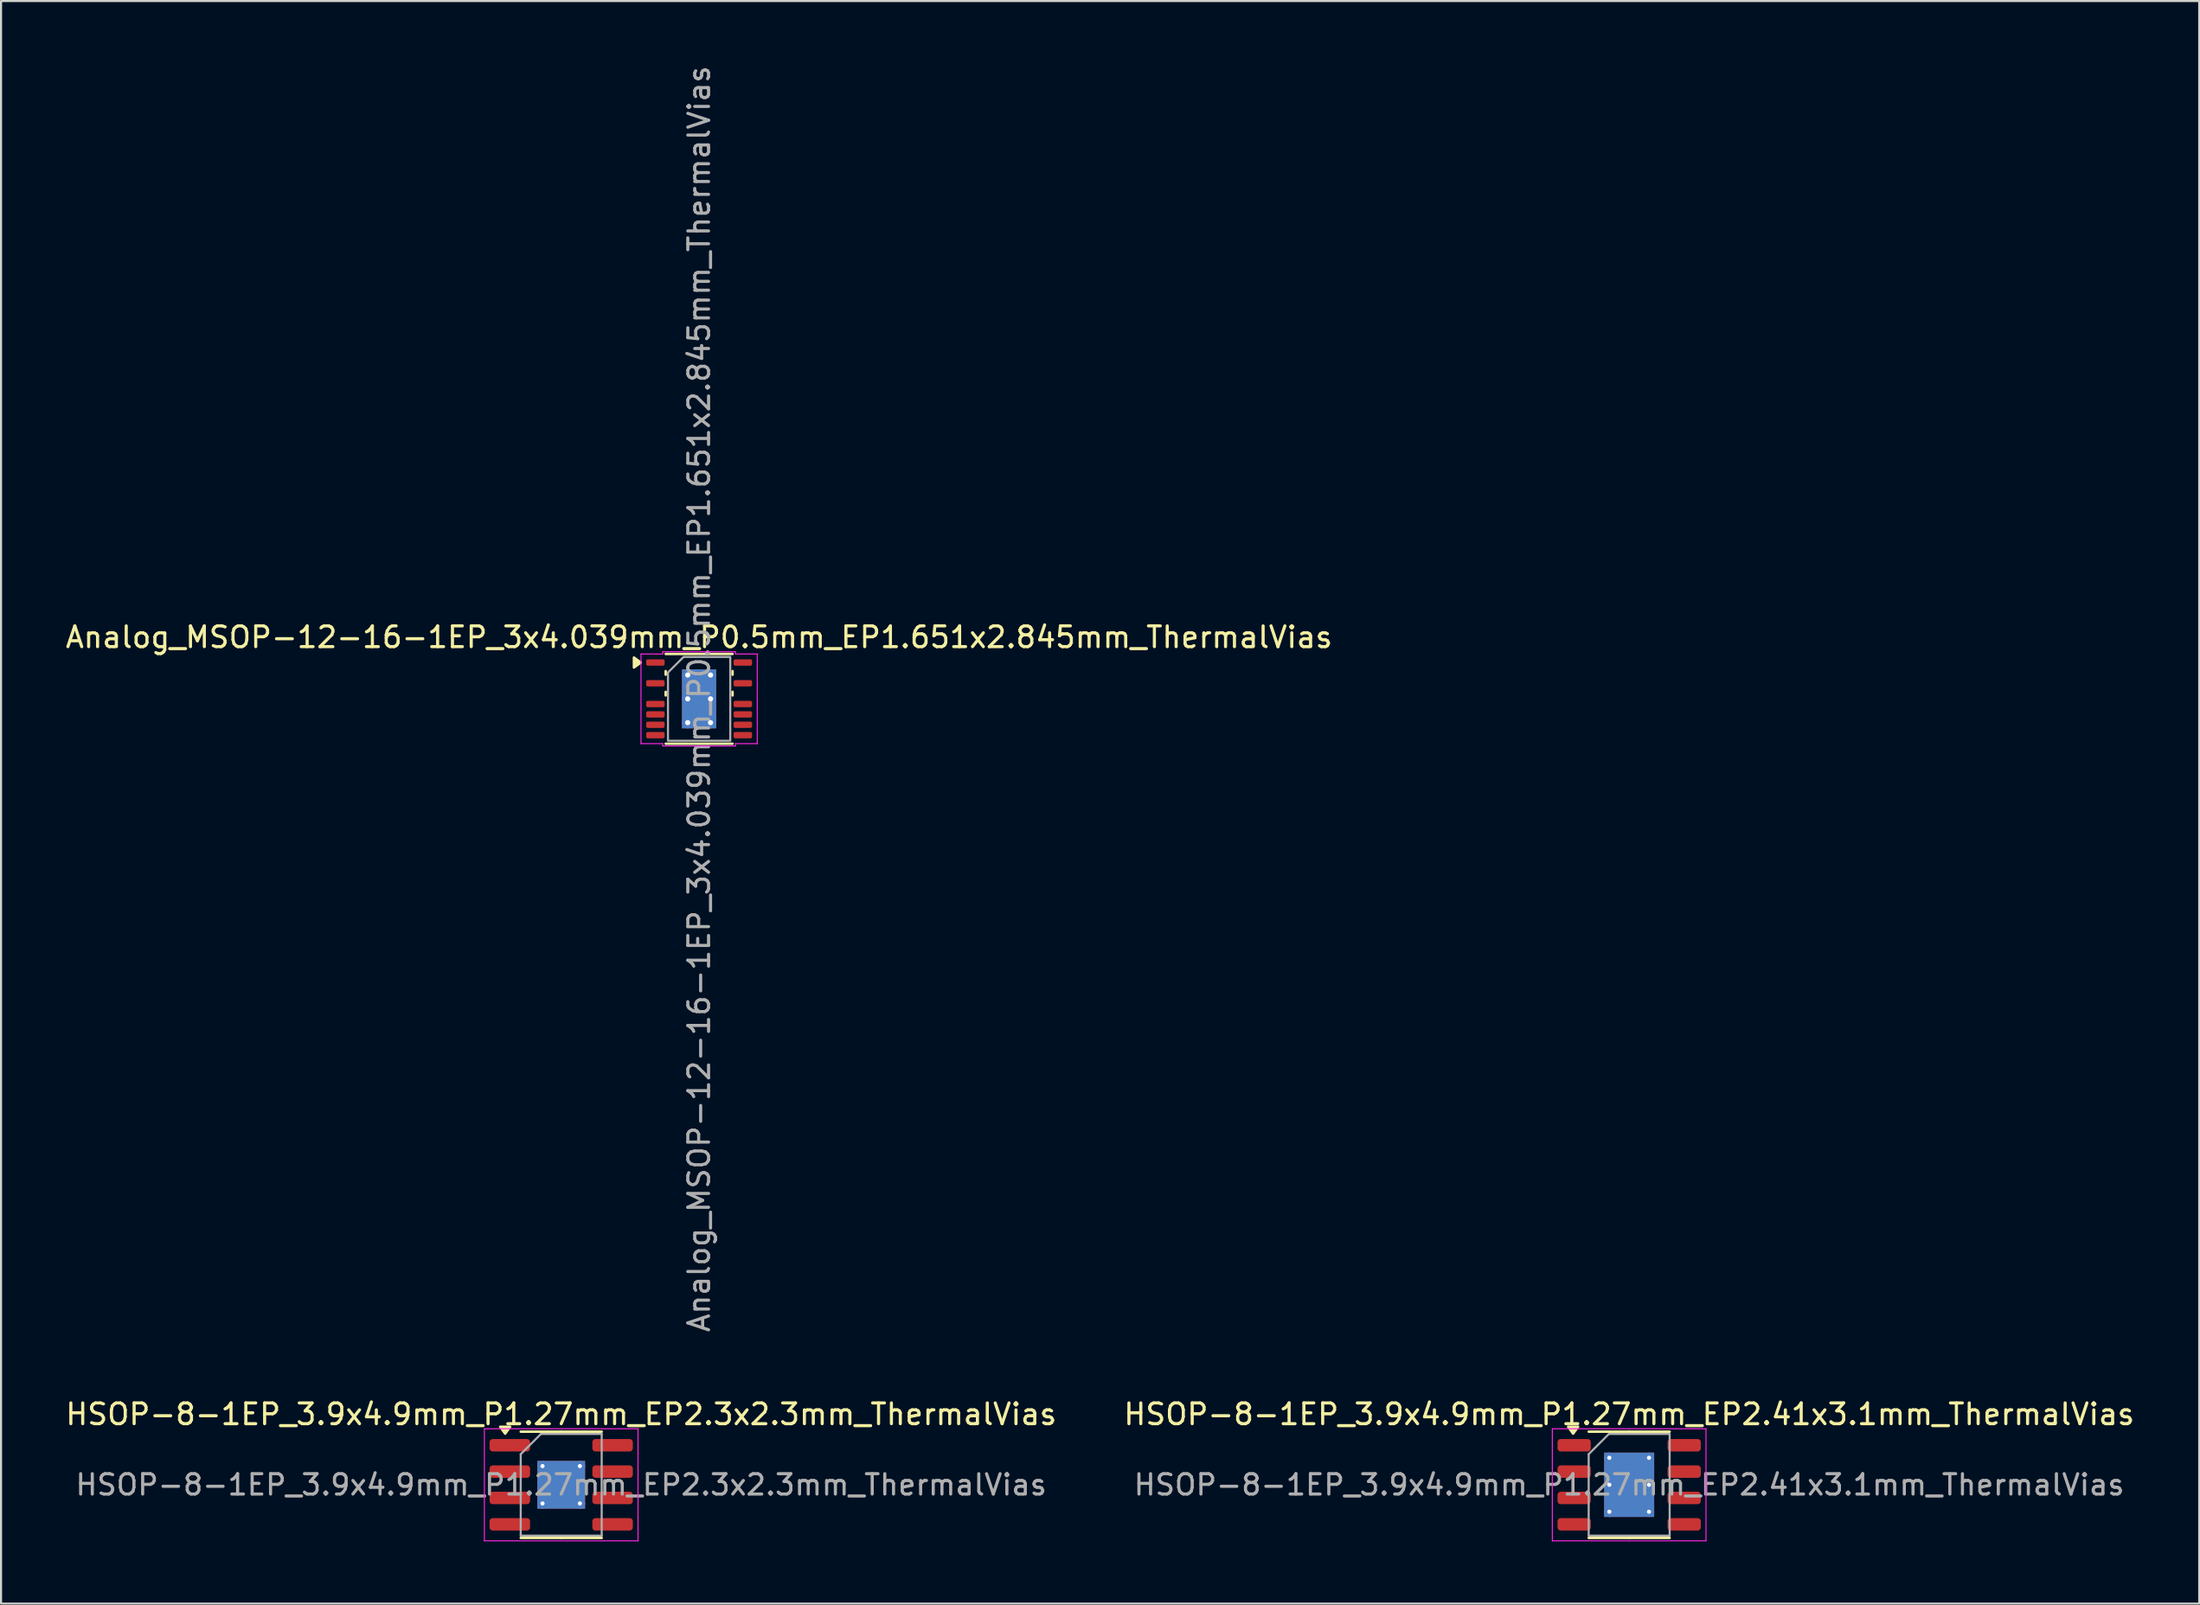
<source format=kicad_pcb>
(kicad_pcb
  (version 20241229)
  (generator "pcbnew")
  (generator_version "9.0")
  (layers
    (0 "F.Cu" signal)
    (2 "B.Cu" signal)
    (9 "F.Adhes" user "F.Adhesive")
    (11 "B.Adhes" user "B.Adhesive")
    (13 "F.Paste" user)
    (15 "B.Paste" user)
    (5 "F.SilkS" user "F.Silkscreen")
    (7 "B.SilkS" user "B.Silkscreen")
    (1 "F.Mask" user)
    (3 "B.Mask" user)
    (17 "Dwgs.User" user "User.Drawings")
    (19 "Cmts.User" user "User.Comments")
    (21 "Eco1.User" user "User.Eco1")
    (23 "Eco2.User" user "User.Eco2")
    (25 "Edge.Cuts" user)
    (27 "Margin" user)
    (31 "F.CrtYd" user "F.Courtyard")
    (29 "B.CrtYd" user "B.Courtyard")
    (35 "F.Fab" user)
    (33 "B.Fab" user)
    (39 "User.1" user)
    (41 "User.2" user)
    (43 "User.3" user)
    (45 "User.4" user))
  (footprint "HSOP-8-1EP_3.9x4.9mm_P1.27mm_EP2.3x2.3mm_ThermalVias"
    (layer "F.Cu")
    (at 23.982 68.498)
    (property "Reference" "HSOP-8-1EP_3.9x4.9mm_P1.27mm_EP2.3x2.3mm_ThermalVias" (at 0 -3.4 0) (layer "F.SilkS") (effects (font (size 1 1) (thickness 0.15))))
    (attr smd)
    (fp_line (start 0 -2.56) (end -1.95 -2.56) (stroke (width 0.12) (type solid)) (layer "F.SilkS"))
    (fp_line (start 0 -2.56) (end 1.95 -2.56) (stroke (width 0.12) (type solid)) (layer "F.SilkS"))
    (fp_line (start 0 2.56) (end -1.95 2.56) (stroke (width 0.12) (type solid)) (layer "F.SilkS"))
    (fp_line (start 0 2.56) (end 1.95 2.56) (stroke (width 0.12) (type solid)) (layer "F.SilkS"))
    (fp_poly (pts (xy -2.7 -2.465) (xy -2.94 -2.795) (xy -2.46 -2.795) (xy -2.7 -2.465)) (stroke (width 0.12) (type solid)) (fill yes) (layer "F.SilkS"))
    (fp_line (start -3.7 -2.7) (end -3.7 2.7) (stroke (width 0.05) (type solid)) (layer "F.CrtYd"))
    (fp_line (start -3.7 2.7) (end 3.7 2.7) (stroke (width 0.05) (type solid)) (layer "F.CrtYd"))
    (fp_line (start 3.7 -2.7) (end -3.7 -2.7) (stroke (width 0.05) (type solid)) (layer "F.CrtYd"))
    (fp_line (start 3.7 2.7) (end 3.7 -2.7) (stroke (width 0.05) (type solid)) (layer "F.CrtYd"))
    (fp_line (start -1.95 -1.475) (end -0.975 -2.45) (stroke (width 0.1) (type solid)) (layer "F.Fab"))
    (fp_line (start -1.95 2.45) (end -1.95 -1.475) (stroke (width 0.1) (type solid)) (layer "F.Fab"))
    (fp_line (start -0.975 -2.45) (end 1.95 -2.45) (stroke (width 0.1) (type solid)) (layer "F.Fab"))
    (fp_line (start 1.95 -2.45) (end 1.95 2.45) (stroke (width 0.1) (type solid)) (layer "F.Fab"))
    (fp_line (start 1.95 2.45) (end -1.95 2.45) (stroke (width 0.1) (type solid)) (layer "F.Fab"))
    (fp_text user "${REFERENCE}" (at 0 0 0) (layer "F.Fab") (effects (font (size 0.98 0.98) (thickness 0.15))))
    (pad "" smd roundrect (at -0.575 -0.575) (size 0.93 0.93) (layers "F.Paste") (roundrect_rratio 0.25))
    (pad "" smd roundrect (at -0.575 0.575) (size 0.93 0.93) (layers "F.Paste") (roundrect_rratio 0.25))
    (pad "" smd roundrect (at 0.575 -0.575) (size 0.93 0.93) (layers "F.Paste") (roundrect_rratio 0.25))
    (pad "" smd roundrect (at 0.575 0.575) (size 0.93 0.93) (layers "F.Paste") (roundrect_rratio 0.25))
    (pad "1" smd roundrect (at -2.475 -1.905) (size 1.95 0.6) (layers "F.Cu" "F.Mask" "F.Paste") (roundrect_rratio 0.25))
    (pad "2" smd roundrect (at -2.475 -0.635) (size 1.95 0.6) (layers "F.Cu" "F.Mask" "F.Paste") (roundrect_rratio 0.25))
    (pad "3" smd roundrect (at -2.475 0.635) (size 1.95 0.6) (layers "F.Cu" "F.Mask" "F.Paste") (roundrect_rratio 0.25))
    (pad "4" smd roundrect (at -2.475 1.905) (size 1.95 0.6) (layers "F.Cu" "F.Mask" "F.Paste") (roundrect_rratio 0.25))
    (pad "5" smd roundrect (at 2.475 1.905) (size 1.95 0.6) (layers "F.Cu" "F.Mask" "F.Paste") (roundrect_rratio 0.25))
    (pad "6" smd roundrect (at 2.475 0.635) (size 1.95 0.6) (layers "F.Cu" "F.Mask" "F.Paste") (roundrect_rratio 0.25))
    (pad "7" smd roundrect (at 2.475 -0.635) (size 1.95 0.6) (layers "F.Cu" "F.Mask" "F.Paste") (roundrect_rratio 0.25))
    (pad "8" smd roundrect (at 2.475 -1.905) (size 1.95 0.6) (layers "F.Cu" "F.Mask" "F.Paste") (roundrect_rratio 0.25))
    (pad "9" thru_hole circle (at -0.9 -0.9) (size 0.5 0.5) (drill 0.2) (property pad_prop_heatsink) (layers "*.Cu"))
    (pad "9" thru_hole circle (at -0.9 0.9) (size 0.5 0.5) (drill 0.2) (property pad_prop_heatsink) (layers "*.Cu"))
    (pad "9" smd rect (at 0 0) (size 2.3 2.3) (property pad_prop_heatsink) (layers "F.Cu" "F.Mask"))
    (pad "9" smd rect (at 0 0) (size 2.3 2.3) (property pad_prop_heatsink) (layers "B.Cu"))
    (pad "9" thru_hole circle (at 0.9 -0.9) (size 0.5 0.5) (drill 0.2) (property pad_prop_heatsink) (layers "*.Cu"))
    (pad "9" thru_hole circle (at 0.9 0.9) (size 0.5 0.5) (drill 0.2) (property pad_prop_heatsink) (layers "*.Cu")))
  (footprint "HSOP-8-1EP_3.9x4.9mm_P1.27mm_EP2.41x3.1mm_ThermalVias"
    (layer "F.Cu")
    (at 75.423 68.498)
    (property "Reference" "HSOP-8-1EP_3.9x4.9mm_P1.27mm_EP2.41x3.1mm_ThermalVias" (at 0 -3.4 0) (layer "F.SilkS") (effects (font (size 1 1) (thickness 0.15))))
    (attr smd)
    (fp_line (start 0 -2.56) (end -1.95 -2.56) (stroke (width 0.12) (type solid)) (layer "F.SilkS"))
    (fp_line (start 0 -2.56) (end 1.95 -2.56) (stroke (width 0.12) (type solid)) (layer "F.SilkS"))
    (fp_line (start 0 2.56) (end -1.95 2.56) (stroke (width 0.12) (type solid)) (layer "F.SilkS"))
    (fp_line (start 0 2.56) (end 1.95 2.56) (stroke (width 0.12) (type solid)) (layer "F.SilkS"))
    (fp_poly (pts (xy -2.7 -2.465) (xy -2.94 -2.795) (xy -2.46 -2.795) (xy -2.7 -2.465)) (stroke (width 0.12) (type solid)) (fill yes) (layer "F.SilkS"))
    (fp_line (start -3.7 -2.7) (end -3.7 2.7) (stroke (width 0.05) (type solid)) (layer "F.CrtYd"))
    (fp_line (start -3.7 2.7) (end 3.7 2.7) (stroke (width 0.05) (type solid)) (layer "F.CrtYd"))
    (fp_line (start 3.7 -2.7) (end -3.7 -2.7) (stroke (width 0.05) (type solid)) (layer "F.CrtYd"))
    (fp_line (start 3.7 2.7) (end 3.7 -2.7) (stroke (width 0.05) (type solid)) (layer "F.CrtYd"))
    (fp_line (start -1.95 -1.475) (end -0.975 -2.45) (stroke (width 0.1) (type solid)) (layer "F.Fab"))
    (fp_line (start -1.95 2.45) (end -1.95 -1.475) (stroke (width 0.1) (type solid)) (layer "F.Fab"))
    (fp_line (start -0.975 -2.45) (end 1.95 -2.45) (stroke (width 0.1) (type solid)) (layer "F.Fab"))
    (fp_line (start 1.95 -2.45) (end 1.95 2.45) (stroke (width 0.1) (type solid)) (layer "F.Fab"))
    (fp_line (start 1.95 2.45) (end -1.95 2.45) (stroke (width 0.1) (type solid)) (layer "F.Fab"))
    (fp_text user "${REFERENCE}" (at 0 0 0) (layer "F.Fab") (effects (font (size 0.98 0.98) (thickness 0.15))))
    (pad "" smd roundrect (at -0.6 -0.775) (size 0.97 1.25) (layers "F.Paste") (roundrect_rratio 0.25))
    (pad "" smd roundrect (at -0.6 0.775) (size 0.97 1.25) (layers "F.Paste") (roundrect_rratio 0.25))
    (pad "" smd roundrect (at 0.6 -0.775) (size 0.97 1.25) (layers "F.Paste") (roundrect_rratio 0.25))
    (pad "" smd roundrect (at 0.6 0.775) (size 0.97 1.25) (layers "F.Paste") (roundrect_rratio 0.25))
    (pad "1" smd roundrect (at -2.65 -1.905) (size 1.6 0.6) (layers "F.Cu" "F.Mask" "F.Paste") (roundrect_rratio 0.25))
    (pad "2" smd roundrect (at -2.65 -0.635) (size 1.6 0.6) (layers "F.Cu" "F.Mask" "F.Paste") (roundrect_rratio 0.25))
    (pad "3" smd roundrect (at -2.65 0.635) (size 1.6 0.6) (layers "F.Cu" "F.Mask" "F.Paste") (roundrect_rratio 0.25))
    (pad "4" smd roundrect (at -2.65 1.905) (size 1.6 0.6) (layers "F.Cu" "F.Mask" "F.Paste") (roundrect_rratio 0.25))
    (pad "5" smd roundrect (at 2.65 1.905) (size 1.6 0.6) (layers "F.Cu" "F.Mask" "F.Paste") (roundrect_rratio 0.25))
    (pad "6" smd roundrect (at 2.65 0.635) (size 1.6 0.6) (layers "F.Cu" "F.Mask" "F.Paste") (roundrect_rratio 0.25))
    (pad "7" smd roundrect (at 2.65 -0.635) (size 1.6 0.6) (layers "F.Cu" "F.Mask" "F.Paste") (roundrect_rratio 0.25))
    (pad "8" smd roundrect (at 2.65 -1.905) (size 1.6 0.6) (layers "F.Cu" "F.Mask" "F.Paste") (roundrect_rratio 0.25))
    (pad "9" thru_hole circle (at -0.955 -1.3) (size 0.5 0.5) (drill 0.2) (property pad_prop_heatsink) (layers "*.Cu"))
    (pad "9" thru_hole circle (at -0.955 0) (size 0.5 0.5) (drill 0.2) (property pad_prop_heatsink) (layers "*.Cu"))
    (pad "9" thru_hole circle (at -0.955 1.3) (size 0.5 0.5) (drill 0.2) (property pad_prop_heatsink) (layers "*.Cu"))
    (pad "9" smd rect (at 0 0) (size 2.41 3.1) (property pad_prop_heatsink) (layers "F.Cu" "F.Mask"))
    (pad "9" smd rect (at 0 0) (size 2.41 3.1) (property pad_prop_heatsink) (layers "B.Cu"))
    (pad "9" thru_hole circle (at 0.955 -1.3) (size 0.5 0.5) (drill 0.2) (property pad_prop_heatsink) (layers "*.Cu"))
    (pad "9" thru_hole circle (at 0.955 0) (size 0.5 0.5) (drill 0.2) (property pad_prop_heatsink) (layers "*.Cu"))
    (pad "9" thru_hole circle (at 0.955 1.3) (size 0.5 0.5) (drill 0.2) (property pad_prop_heatsink) (layers "*.Cu")))
  (footprint "Analog_MSOP-12-16-1EP_3x4.039mm_P0.5mm_EP1.651x2.845mm_ThermalVias"
    (layer "F.Cu")
    (at 30.625 30.625)
    (property "Reference" "Analog_MSOP-12-16-1EP_3x4.039mm_P0.5mm_EP1.651x2.845mm_ThermalVias" (at 0 -2.97 0) (layer "F.SilkS") (effects (font (size 1 1) (thickness 0.15))))
    (attr smd)
    (fp_line (start -1.61 -2.163) (end 1.61 -2.163) (stroke (width 0.12) (type solid)) (layer "F.SilkS"))
    (fp_line (start -1.61 -1.163) (end -1.61 -1.337) (stroke (width 0.12) (type solid)) (layer "F.SilkS"))
    (fp_line (start -1.61 -0.163) (end -1.61 -0.338) (stroke (width 0.12) (type solid)) (layer "F.SilkS"))
    (fp_line (start 1.61 -1.337) (end 1.61 -1.163) (stroke (width 0.12) (type solid)) (layer "F.SilkS"))
    (fp_line (start 1.61 -0.338) (end 1.61 -0.163) (stroke (width 0.12) (type solid)) (layer "F.SilkS"))
    (fp_line (start 1.61 2.163) (end -1.61 2.163) (stroke (width 0.12) (type solid)) (layer "F.SilkS"))
    (fp_poly (pts (xy -2.81 -1.75) (xy -3.14 -1.51) (xy -3.14 -1.99)) (stroke (width 0.12) (type solid)) (fill yes) (layer "F.SilkS"))
    (fp_line (start -2.8 -2.16) (end -1.75 -2.16) (stroke (width 0.05) (type solid)) (layer "F.CrtYd"))
    (fp_line (start -2.8 2.16) (end -2.8 -2.16) (stroke (width 0.05) (type solid)) (layer "F.CrtYd"))
    (fp_line (start -1.75 -2.27) (end 1.75 -2.27) (stroke (width 0.05) (type solid)) (layer "F.CrtYd"))
    (fp_line (start -1.75 -2.16) (end -1.75 -2.27) (stroke (width 0.05) (type solid)) (layer "F.CrtYd"))
    (fp_line (start -1.75 2.16) (end -2.8 2.16) (stroke (width 0.05) (type solid)) (layer "F.CrtYd"))
    (fp_line (start -1.75 2.27) (end -1.75 2.16) (stroke (width 0.05) (type solid)) (layer "F.CrtYd"))
    (fp_line (start 1.75 -2.27) (end 1.75 -2.16) (stroke (width 0.05) (type solid)) (layer "F.CrtYd"))
    (fp_line (start 1.75 -2.16) (end 2.8 -2.16) (stroke (width 0.05) (type solid)) (layer "F.CrtYd"))
    (fp_line (start 1.75 2.16) (end 1.75 2.27) (stroke (width 0.05) (type solid)) (layer "F.CrtYd"))
    (fp_line (start 1.75 2.27) (end -1.75 2.27) (stroke (width 0.05) (type solid)) (layer "F.CrtYd"))
    (fp_line (start 2.8 -2.16) (end 2.8 2.16) (stroke (width 0.05) (type solid)) (layer "F.CrtYd"))
    (fp_line (start 2.8 2.16) (end 1.75 2.16) (stroke (width 0.05) (type solid)) (layer "F.CrtYd"))
    (fp_poly (pts (xy -0.75 -2.019) (xy 1.5 -2.019) (xy 1.5 2.019) (xy -1.5 2.019) (xy -1.5 -1.27)) (stroke (width 0.1) (type solid)) (fill no) (layer "F.Fab"))
    (fp_text user "${REFERENCE}" (at 0 0 90) (layer "F.Fab") (effects (font (size 1 1) (thickness 0.15))))
    (pad "" smd roundrect (at -0.415 -0.71) (size 0.69 1.19) (layers "F.Paste") (roundrect_rratio 0.25))
    (pad "" smd roundrect (at -0.415 0.71) (size 0.69 1.19) (layers "F.Paste") (roundrect_rratio 0.25))
    (pad "" smd roundrect (at 0.415 -0.71) (size 0.69 1.19) (layers "F.Paste") (roundrect_rratio 0.25))
    (pad "" smd roundrect (at 0.415 0.71) (size 0.69 1.19) (layers "F.Paste") (roundrect_rratio 0.25))
    (pad "1" smd roundrect (at -2.106 -1.75) (size 0.889 0.305) (layers "F.Cu" "F.Mask" "F.Paste") (roundrect_rratio 0.25))
    (pad "3" smd roundrect (at -2.106 -0.75) (size 0.889 0.305) (layers "F.Cu" "F.Mask" "F.Paste") (roundrect_rratio 0.25))
    (pad "5" smd roundrect (at -2.106 0.25) (size 0.889 0.305) (layers "F.Cu" "F.Mask" "F.Paste") (roundrect_rratio 0.25))
    (pad "6" smd roundrect (at -2.106 0.75) (size 0.889 0.305) (layers "F.Cu" "F.Mask" "F.Paste") (roundrect_rratio 0.25))
    (pad "7" smd roundrect (at -2.106 1.25) (size 0.889 0.305) (layers "F.Cu" "F.Mask" "F.Paste") (roundrect_rratio 0.25))
    (pad "8" smd roundrect (at -2.106 1.75) (size 0.889 0.305) (layers "F.Cu" "F.Mask" "F.Paste") (roundrect_rratio 0.25))
    (pad "9" smd roundrect (at 2.106 1.75) (size 0.889 0.305) (layers "F.Cu" "F.Mask" "F.Paste") (roundrect_rratio 0.25))
    (pad "10" smd roundrect (at 2.106 1.25) (size 0.889 0.305) (layers "F.Cu" "F.Mask" "F.Paste") (roundrect_rratio 0.25))
    (pad "11" smd roundrect (at 2.106 0.75) (size 0.889 0.305) (layers "F.Cu" "F.Mask" "F.Paste") (roundrect_rratio 0.25))
    (pad "12" smd roundrect (at 2.106 0.25) (size 0.889 0.305) (layers "F.Cu" "F.Mask" "F.Paste") (roundrect_rratio 0.25))
    (pad "14" smd roundrect (at 2.106 -0.75) (size 0.889 0.305) (layers "F.Cu" "F.Mask" "F.Paste") (roundrect_rratio 0.25))
    (pad "16" smd roundrect (at 2.106 -1.75) (size 0.889 0.305) (layers "F.Cu" "F.Mask" "F.Paste") (roundrect_rratio 0.25))
    (pad "17" thru_hole circle (at -0.55 -1.147) (size 0.55 0.55) (drill 0.25) (property pad_prop_heatsink) (layers "*.Cu"))
    (pad "17" thru_hole circle (at -0.55 0) (size 0.55 0.55) (drill 0.25) (property pad_prop_heatsink) (layers "*.Cu"))
    (pad "17" thru_hole circle (at -0.55 1.147) (size 0.55 0.55) (drill 0.25) (property pad_prop_heatsink) (layers "*.Cu"))
    (pad "17" smd rect (at 0 0) (size 1.651 2.845) (property pad_prop_heatsink) (layers "F.Cu" "F.Mask"))
    (pad "17" smd rect (at 0 0) (size 1.651 2.845) (property pad_prop_heatsink) (layers "B.Cu"))
    (pad "17" thru_hole circle (at 0.55 -1.147) (size 0.55 0.55) (drill 0.25) (property pad_prop_heatsink) (layers "*.Cu"))
    (pad "17" thru_hole circle (at 0.55 0) (size 0.55 0.55) (drill 0.25) (property pad_prop_heatsink) (layers "*.Cu"))
    (pad "17" thru_hole circle (at 0.55 1.147) (size 0.55 0.55) (drill 0.25) (property pad_prop_heatsink) (layers "*.Cu")))
  (gr_rect
    (start -3 -3)
    (end 102.881 74.223)
    (stroke (width 0.1) (type default))
    (fill no)
    (layer "Edge.Cuts")))
</source>
